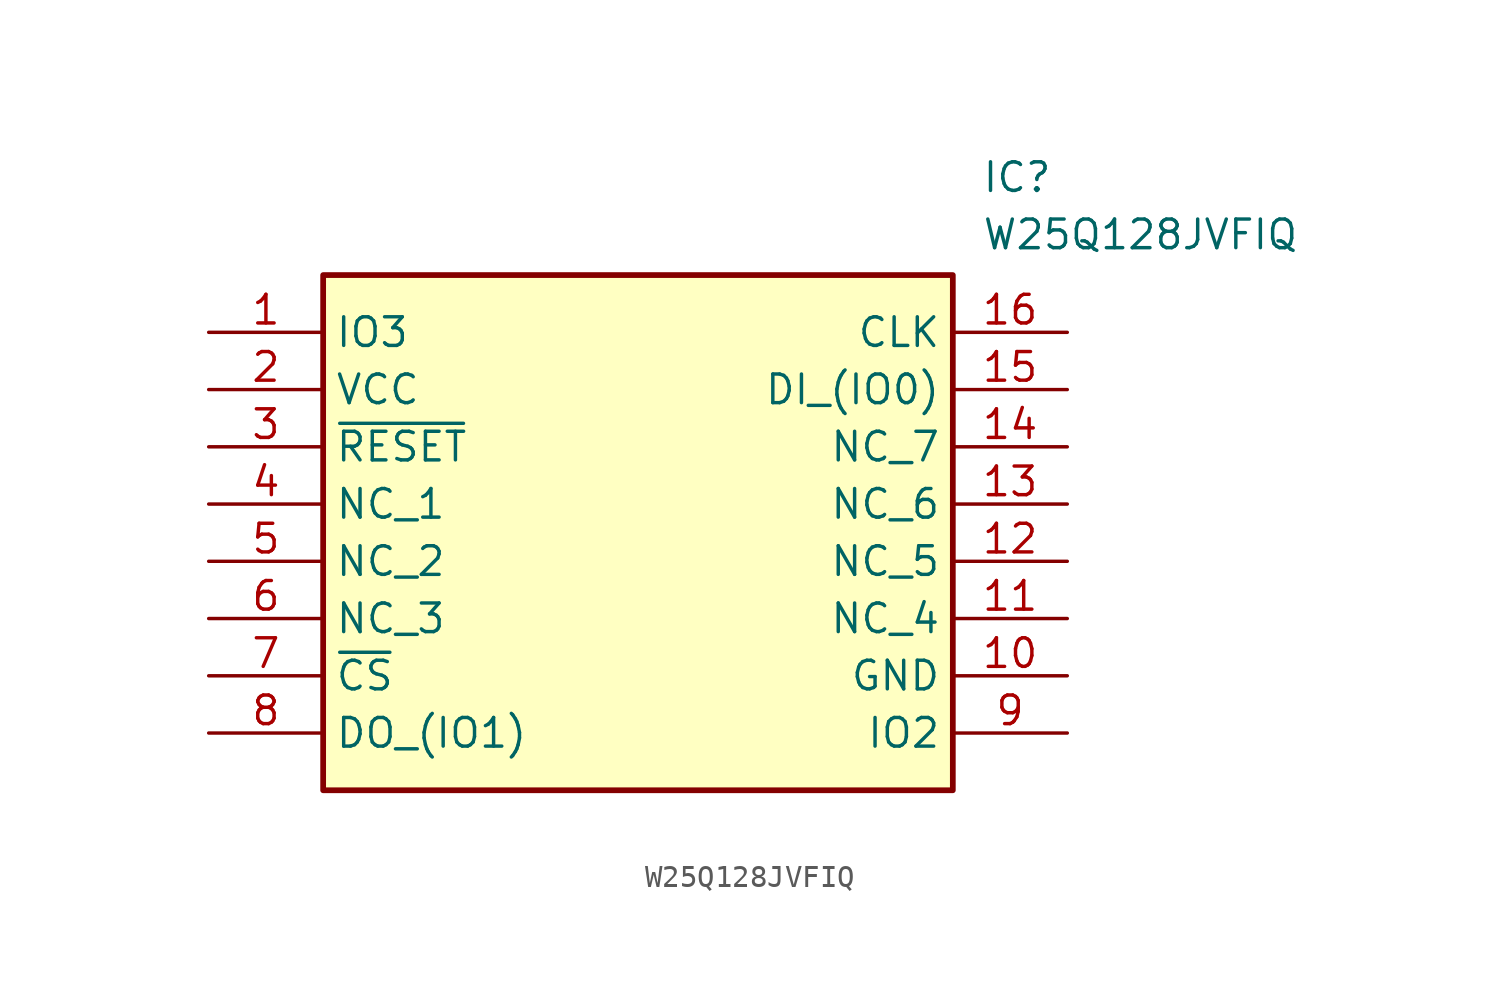
<source format=kicad_sym>
(kicad_symbol_lib
  (version 20220914)
  (generator kicad_symbol_editor)
  (symbol "W25Q128JVFIQ"
    (property "Reference" "IC"
      (at 34.29 7.62 0)
      (effects (font (size 1.27 1.27)) (justify left top)))
    (property "Value" "W25Q128JVFIQ"
      (at 34.29 5.08 0)
      (effects (font (size 1.27 1.27)) (justify left top)))
    (rectangle
      (start 5.08 2.54)
      (end 33.02 -20.32)
      (stroke (width 0.254) (type default))
      (fill (type background)))
    (pin passive line
      (at 0 0 0)
      (length 5.08)
      (name "IO3" (effects (font (size 1.27 1.27))))
      (number "1" (effects (font (size 1.27 1.27)))))
    (pin passive line
      (at 0 -2.54 0)
      (length 5.08)
      (name "VCC" (effects (font (size 1.27 1.27))))
      (number "2" (effects (font (size 1.27 1.27)))))
    (pin passive line
      (at 0 -5.08 0)
      (length 5.08)
      (name "~{RESET}" (effects (font (size 1.27 1.27))))
      (number "3" (effects (font (size 1.27 1.27)))))
    (pin passive line
      (at 0 -7.62 0)
      (length 5.08)
      (name "NC_1" (effects (font (size 1.27 1.27))))
      (number "4" (effects (font (size 1.27 1.27)))))
    (pin passive line
      (at 0 -10.16 0)
      (length 5.08)
      (name "NC_2" (effects (font (size 1.27 1.27))))
      (number "5" (effects (font (size 1.27 1.27)))))
    (pin passive line
      (at 0 -12.7 0)
      (length 5.08)
      (name "NC_3" (effects (font (size 1.27 1.27))))
      (number "6" (effects (font (size 1.27 1.27)))))
    (pin passive line
      (at 0 -15.24 0)
      (length 5.08)
      (name "~{CS}" (effects (font (size 1.27 1.27))))
      (number "7" (effects (font (size 1.27 1.27)))))
    (pin passive line
      (at 0 -17.78 0)
      (length 5.08)
      (name "DO_(IO1)" (effects (font (size 1.27 1.27))))
      (number "8" (effects (font (size 1.27 1.27)))))
    (pin passive line
      (at 38.1 0 180)
      (length 5.08)
      (name "CLK" (effects (font (size 1.27 1.27))))
      (number "16" (effects (font (size 1.27 1.27)))))
    (pin passive line
      (at 38.1 -2.54 180)
      (length 5.08)
      (name "DI_(IO0)" (effects (font (size 1.27 1.27))))
      (number "15" (effects (font (size 1.27 1.27)))))
    (pin passive line
      (at 38.1 -5.08 180)
      (length 5.08)
      (name "NC_7" (effects (font (size 1.27 1.27))))
      (number "14" (effects (font (size 1.27 1.27)))))
    (pin passive line
      (at 38.1 -7.62 180)
      (length 5.08)
      (name "NC_6" (effects (font (size 1.27 1.27))))
      (number "13" (effects (font (size 1.27 1.27)))))
    (pin passive line
      (at 38.1 -10.16 180)
      (length 5.08)
      (name "NC_5" (effects (font (size 1.27 1.27))))
      (number "12" (effects (font (size 1.27 1.27)))))
    (pin passive line
      (at 38.1 -12.7 180)
      (length 5.08)
      (name "NC_4" (effects (font (size 1.27 1.27))))
      (number "11" (effects (font (size 1.27 1.27)))))
    (pin passive line
      (at 38.1 -15.24 180)
      (length 5.08)
      (name "GND" (effects (font (size 1.27 1.27))))
      (number "10" (effects (font (size 1.27 1.27)))))
    (pin passive line
      (at 38.1 -17.78 180)
      (length 5.08)
      (name "IO2" (effects (font (size 1.27 1.27))))
      (number "9" (effects (font (size 1.27 1.27)))))))
</source>
